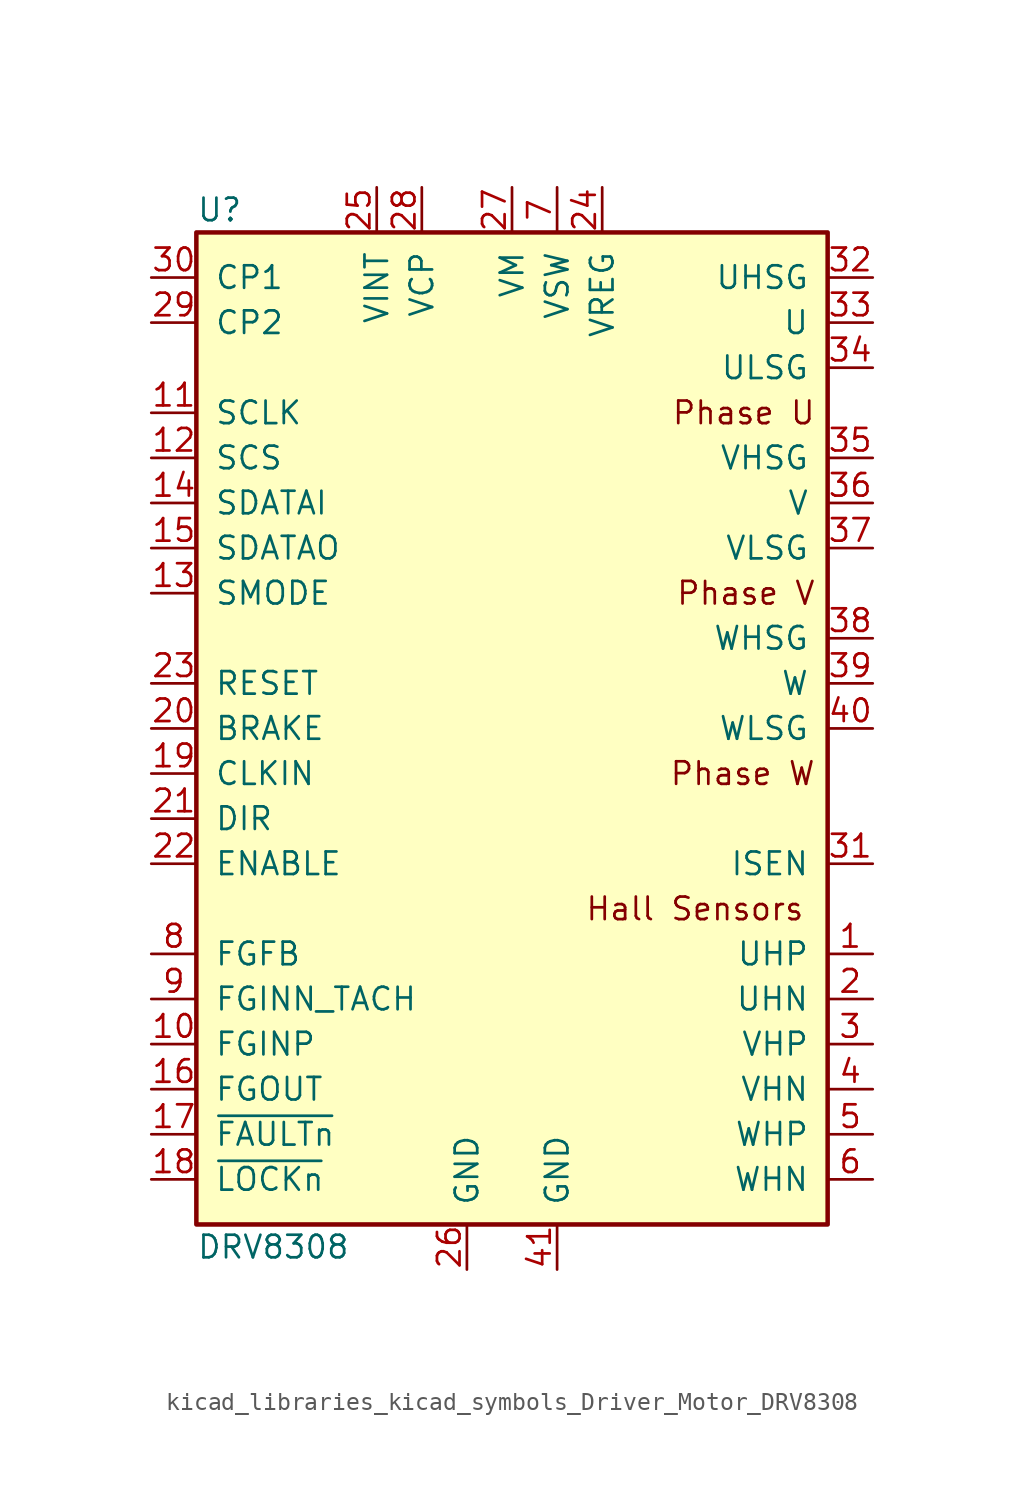
<source format=kicad_sym>
(kicad_symbol_lib
  (version 20220914)
  (generator kicad_symbol_editor)
  (symbol "kicad_libraries_kicad_symbols_Driver_Motor_DRV8308"
    (pin_names
      (offset 1.016))
    (property "Reference" "U"
      (at -17.78 36.83 0)
      (effects (font (size 1.27 1.27)) (justify left)))
    (property "Value" "DRV8308"
      (at -17.78 -21.59 0)
      (effects (font (size 1.27 1.27)) (justify left)))
    (symbol "kicad_libraries_kicad_symbols_Driver_Motor_DRV8308_0_0"
      (text "Hall Sensors" (at 16.51 -2.54 0) (effects (font (size 1.27 1.27)) (justify right)))
      (text "Phase U" (at 17.145 25.4 0) (effects (font (size 1.27 1.27)) (justify right)))
      (text "Phase V" (at 17.145 15.24 0) (effects (font (size 1.27 1.27)) (justify right)))
      (text "Phase W" (at 17.145 5.08 0) (effects (font (size 1.27 1.27)) (justify right))))
    (symbol "kicad_libraries_kicad_symbols_Driver_Motor_DRV8308_0_1"
      (rectangle (start -17.78 35.56) (end 17.78 -20.32) (stroke (width 0.254) (type default)) (fill (type background))))
    (symbol "kicad_libraries_kicad_symbols_Driver_Motor_DRV8308_1_1"
      (pin input line (at 20.32 -5.08 180) (length 2.54) (name "UHP" (effects (font (size 1.27 1.27)))) (number "1" (effects (font (size 1.27 1.27)))))
      (pin bidirectional line (at -20.32 -10.16 0) (length 2.54) (name "FGINP" (effects (font (size 1.27 1.27)))) (number "10" (effects (font (size 1.27 1.27)))))
      (pin input line (at -20.32 25.4 0) (length 2.54) (name "SCLK" (effects (font (size 1.27 1.27)))) (number "11" (effects (font (size 1.27 1.27)))))
      (pin input line (at -20.32 22.86 0) (length 2.54) (name "SCS" (effects (font (size 1.27 1.27)))) (number "12" (effects (font (size 1.27 1.27)))))
      (pin input line (at -20.32 15.24 0) (length 2.54) (name "SMODE" (effects (font (size 1.27 1.27)))) (number "13" (effects (font (size 1.27 1.27)))))
      (pin input line (at -20.32 20.32 0) (length 2.54) (name "SDATAI" (effects (font (size 1.27 1.27)))) (number "14" (effects (font (size 1.27 1.27)))))
      (pin output line (at -20.32 17.78 0) (length 2.54) (name "SDATAO" (effects (font (size 1.27 1.27)))) (number "15" (effects (font (size 1.27 1.27)))))
      (pin output line (at -20.32 -12.7 0) (length 2.54) (name "FGOUT" (effects (font (size 1.27 1.27)))) (number "16" (effects (font (size 1.27 1.27)))))
      (pin output line (at -20.32 -15.24 0) (length 2.54) (name "~{FAULTn}" (effects (font (size 1.27 1.27)))) (number "17" (effects (font (size 1.27 1.27)))))
      (pin output line (at -20.32 -17.78 0) (length 2.54) (name "~{LOCKn}" (effects (font (size 1.27 1.27)))) (number "18" (effects (font (size 1.27 1.27)))))
      (pin input line (at -20.32 5.08 0) (length 2.54) (name "CLKIN" (effects (font (size 1.27 1.27)))) (number "19" (effects (font (size 1.27 1.27)))))
      (pin input line (at 20.32 -7.62 180) (length 2.54) (name "UHN" (effects (font (size 1.27 1.27)))) (number "2" (effects (font (size 1.27 1.27)))))
      (pin input line (at -20.32 7.62 0) (length 2.54) (name "BRAKE" (effects (font (size 1.27 1.27)))) (number "20" (effects (font (size 1.27 1.27)))))
      (pin input line (at -20.32 2.54 0) (length 2.54) (name "DIR" (effects (font (size 1.27 1.27)))) (number "21" (effects (font (size 1.27 1.27)))))
      (pin input line (at -20.32 0 0) (length 2.54) (name "ENABLE" (effects (font (size 1.27 1.27)))) (number "22" (effects (font (size 1.27 1.27)))))
      (pin input line (at -20.32 10.16 0) (length 2.54) (name "RESET" (effects (font (size 1.27 1.27)))) (number "23" (effects (font (size 1.27 1.27)))))
      (pin power_out line (at 5.08 38.1 270) (length 2.54) (name "VREG" (effects (font (size 1.27 1.27)))) (number "24" (effects (font (size 1.27 1.27)))))
      (pin passive line (at -7.62 38.1 270) (length 2.54) (name "VINT" (effects (font (size 1.27 1.27)))) (number "25" (effects (font (size 1.27 1.27)))))
      (pin power_in line (at -2.54 -22.86 90) (length 2.54) (name "GND" (effects (font (size 1.27 1.27)))) (number "26" (effects (font (size 1.27 1.27)))))
      (pin power_in line (at 0 38.1 270) (length 2.54) (name "VM" (effects (font (size 1.27 1.27)))) (number "27" (effects (font (size 1.27 1.27)))))
      (pin passive line (at -5.08 38.1 270) (length 2.54) (name "VCP" (effects (font (size 1.27 1.27)))) (number "28" (effects (font (size 1.27 1.27)))))
      (pin passive line (at -20.32 30.48 0) (length 2.54) (name "CP2" (effects (font (size 1.27 1.27)))) (number "29" (effects (font (size 1.27 1.27)))))
      (pin input line (at 20.32 -10.16 180) (length 2.54) (name "VHP" (effects (font (size 1.27 1.27)))) (number "3" (effects (font (size 1.27 1.27)))))
      (pin passive line (at -20.32 33.02 0) (length 2.54) (name "CP1" (effects (font (size 1.27 1.27)))) (number "30" (effects (font (size 1.27 1.27)))))
      (pin input line (at 20.32 0 180) (length 2.54) (name "ISEN" (effects (font (size 1.27 1.27)))) (number "31" (effects (font (size 1.27 1.27)))))
      (pin output line (at 20.32 33.02 180) (length 2.54) (name "UHSG" (effects (font (size 1.27 1.27)))) (number "32" (effects (font (size 1.27 1.27)))))
      (pin input line (at 20.32 30.48 180) (length 2.54) (name "U" (effects (font (size 1.27 1.27)))) (number "33" (effects (font (size 1.27 1.27)))))
      (pin output line (at 20.32 27.94 180) (length 2.54) (name "ULSG" (effects (font (size 1.27 1.27)))) (number "34" (effects (font (size 1.27 1.27)))))
      (pin output line (at 20.32 22.86 180) (length 2.54) (name "VHSG" (effects (font (size 1.27 1.27)))) (number "35" (effects (font (size 1.27 1.27)))))
      (pin input line (at 20.32 20.32 180) (length 2.54) (name "V" (effects (font (size 1.27 1.27)))) (number "36" (effects (font (size 1.27 1.27)))))
      (pin output line (at 20.32 17.78 180) (length 2.54) (name "VLSG" (effects (font (size 1.27 1.27)))) (number "37" (effects (font (size 1.27 1.27)))))
      (pin output line (at 20.32 12.7 180) (length 2.54) (name "WHSG" (effects (font (size 1.27 1.27)))) (number "38" (effects (font (size 1.27 1.27)))))
      (pin input line (at 20.32 10.16 180) (length 2.54) (name "W" (effects (font (size 1.27 1.27)))) (number "39" (effects (font (size 1.27 1.27)))))
      (pin input line (at 20.32 -12.7 180) (length 2.54) (name "VHN" (effects (font (size 1.27 1.27)))) (number "4" (effects (font (size 1.27 1.27)))))
      (pin output line (at 20.32 7.62 180) (length 2.54) (name "WLSG" (effects (font (size 1.27 1.27)))) (number "40" (effects (font (size 1.27 1.27)))))
      (pin power_in line (at 2.54 -22.86 90) (length 2.54) (name "GND" (effects (font (size 1.27 1.27)))) (number "41" (effects (font (size 1.27 1.27)))))
      (pin input line (at 20.32 -15.24 180) (length 2.54) (name "WHP" (effects (font (size 1.27 1.27)))) (number "5" (effects (font (size 1.27 1.27)))))
      (pin input line (at 20.32 -17.78 180) (length 2.54) (name "WHN" (effects (font (size 1.27 1.27)))) (number "6" (effects (font (size 1.27 1.27)))))
      (pin power_out line (at 2.54 38.1 270) (length 2.54) (name "VSW" (effects (font (size 1.27 1.27)))) (number "7" (effects (font (size 1.27 1.27)))))
      (pin output line (at -20.32 -5.08 0) (length 2.54) (name "FGFB" (effects (font (size 1.27 1.27)))) (number "8" (effects (font (size 1.27 1.27)))))
      (pin input line (at -20.32 -7.62 0) (length 2.54) (name "FGINN_TACH" (effects (font (size 1.27 1.27)))) (number "9" (effects (font (size 1.27 1.27))))))))
</source>
